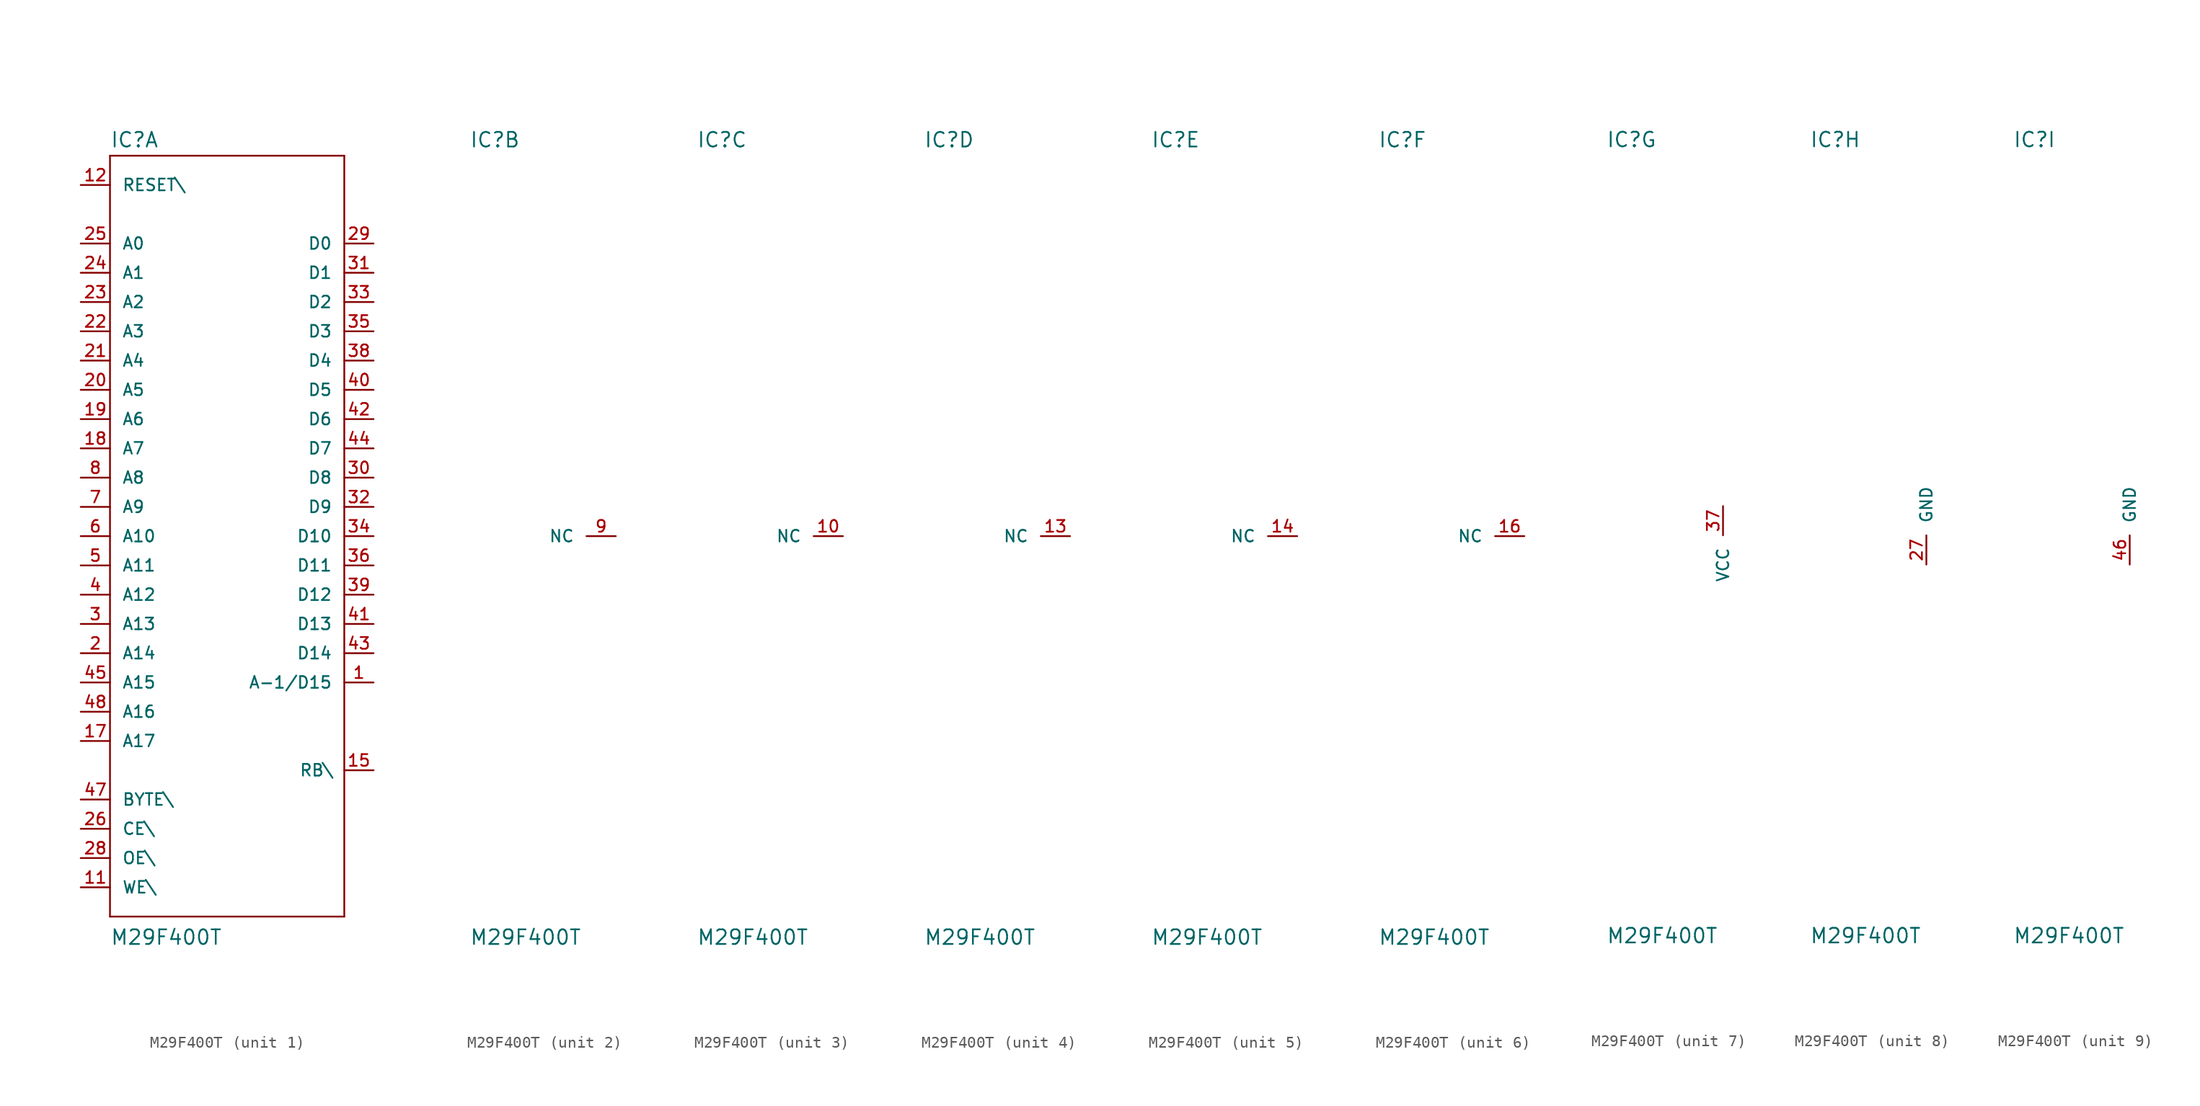
<source format=kicad_sym>
(kicad_symbol_lib
  (version 20211014)
  (generator kicad_symbol_editor)
  (symbol "M29F400T"
    (pin_names
      (offset 1.016))
    (property "Reference" "IC"
      (at -10.16 33.655 0)
      (effects (font (size 1.27 1.27)) (justify left bottom)))
    (property "Value" "M29F400T"
      (at -10.16 -35.56 0)
      (effects (font (size 1.27 1.27)) (justify left bottom)))
    (property "ki_locked" ""
      (at 0 0 0)
      (effects (font (size 1.27 1.27))))
    (symbol "M29F400T_1_0"
      (polyline (pts (xy -10.16 -33.02) (xy 10.16 -33.02)) (stroke (width 0) (type default) (color 0 0 0 0)) (fill (type none)))
      (polyline (pts (xy -10.16 33.02) (xy -10.16 -33.02)) (stroke (width 0) (type default) (color 0 0 0 0)) (fill (type none)))
      (polyline (pts (xy 10.16 -33.02) (xy 10.16 33.02)) (stroke (width 0) (type default) (color 0 0 0 0)) (fill (type none)))
      (polyline (pts (xy 10.16 33.02) (xy -10.16 33.02)) (stroke (width 0) (type default) (color 0 0 0 0)) (fill (type none))))
    (symbol "M29F400T_1_1"
      (pin tri_state line (at 12.7 -12.7 180) (length 2.54) (name "A-1/D15" (effects (font (size 1.016 1.016)))) (number "1" (effects (font (size 1.016 1.016)))))
      (pin input line (at -12.7 -30.48 0) (length 2.54) (name "WE\\" (effects (font (size 1.016 1.016)))) (number "11" (effects (font (size 1.016 1.016)))))
      (pin input line (at -12.7 30.48 0) (length 2.54) (name "RESET\\" (effects (font (size 1.016 1.016)))) (number "12" (effects (font (size 1.016 1.016)))))
      (pin output line (at 12.7 -20.32 180) (length 2.54) (name "RB\\" (effects (font (size 1.016 1.016)))) (number "15" (effects (font (size 1.016 1.016)))))
      (pin input line (at -12.7 -17.78 0) (length 2.54) (name "A17" (effects (font (size 1.016 1.016)))) (number "17" (effects (font (size 1.016 1.016)))))
      (pin input line (at -12.7 7.62 0) (length 2.54) (name "A7" (effects (font (size 1.016 1.016)))) (number "18" (effects (font (size 1.016 1.016)))))
      (pin input line (at -12.7 10.16 0) (length 2.54) (name "A6" (effects (font (size 1.016 1.016)))) (number "19" (effects (font (size 1.016 1.016)))))
      (pin input line (at -12.7 -10.16 0) (length 2.54) (name "A14" (effects (font (size 1.016 1.016)))) (number "2" (effects (font (size 1.016 1.016)))))
      (pin input line (at -12.7 12.7 0) (length 2.54) (name "A5" (effects (font (size 1.016 1.016)))) (number "20" (effects (font (size 1.016 1.016)))))
      (pin input line (at -12.7 15.24 0) (length 2.54) (name "A4" (effects (font (size 1.016 1.016)))) (number "21" (effects (font (size 1.016 1.016)))))
      (pin input line (at -12.7 17.78 0) (length 2.54) (name "A3" (effects (font (size 1.016 1.016)))) (number "22" (effects (font (size 1.016 1.016)))))
      (pin input line (at -12.7 20.32 0) (length 2.54) (name "A2" (effects (font (size 1.016 1.016)))) (number "23" (effects (font (size 1.016 1.016)))))
      (pin input line (at -12.7 22.86 0) (length 2.54) (name "A1" (effects (font (size 1.016 1.016)))) (number "24" (effects (font (size 1.016 1.016)))))
      (pin input line (at -12.7 25.4 0) (length 2.54) (name "A0" (effects (font (size 1.016 1.016)))) (number "25" (effects (font (size 1.016 1.016)))))
      (pin input line (at -12.7 -25.4 0) (length 2.54) (name "CE\\" (effects (font (size 1.016 1.016)))) (number "26" (effects (font (size 1.016 1.016)))))
      (pin input line (at -12.7 -27.94 0) (length 2.54) (name "OE\\" (effects (font (size 1.016 1.016)))) (number "28" (effects (font (size 1.016 1.016)))))
      (pin tri_state line (at 12.7 25.4 180) (length 2.54) (name "D0" (effects (font (size 1.016 1.016)))) (number "29" (effects (font (size 1.016 1.016)))))
      (pin input line (at -12.7 -7.62 0) (length 2.54) (name "A13" (effects (font (size 1.016 1.016)))) (number "3" (effects (font (size 1.016 1.016)))))
      (pin tri_state line (at 12.7 5.08 180) (length 2.54) (name "D8" (effects (font (size 1.016 1.016)))) (number "30" (effects (font (size 1.016 1.016)))))
      (pin tri_state line (at 12.7 22.86 180) (length 2.54) (name "D1" (effects (font (size 1.016 1.016)))) (number "31" (effects (font (size 1.016 1.016)))))
      (pin tri_state line (at 12.7 2.54 180) (length 2.54) (name "D9" (effects (font (size 1.016 1.016)))) (number "32" (effects (font (size 1.016 1.016)))))
      (pin tri_state line (at 12.7 20.32 180) (length 2.54) (name "D2" (effects (font (size 1.016 1.016)))) (number "33" (effects (font (size 1.016 1.016)))))
      (pin tri_state line (at 12.7 0 180) (length 2.54) (name "D10" (effects (font (size 1.016 1.016)))) (number "34" (effects (font (size 1.016 1.016)))))
      (pin tri_state line (at 12.7 17.78 180) (length 2.54) (name "D3" (effects (font (size 1.016 1.016)))) (number "35" (effects (font (size 1.016 1.016)))))
      (pin tri_state line (at 12.7 -2.54 180) (length 2.54) (name "D11" (effects (font (size 1.016 1.016)))) (number "36" (effects (font (size 1.016 1.016)))))
      (pin tri_state line (at 12.7 15.24 180) (length 2.54) (name "D4" (effects (font (size 1.016 1.016)))) (number "38" (effects (font (size 1.016 1.016)))))
      (pin tri_state line (at 12.7 -5.08 180) (length 2.54) (name "D12" (effects (font (size 1.016 1.016)))) (number "39" (effects (font (size 1.016 1.016)))))
      (pin input line (at -12.7 -5.08 0) (length 2.54) (name "A12" (effects (font (size 1.016 1.016)))) (number "4" (effects (font (size 1.016 1.016)))))
      (pin tri_state line (at 12.7 12.7 180) (length 2.54) (name "D5" (effects (font (size 1.016 1.016)))) (number "40" (effects (font (size 1.016 1.016)))))
      (pin tri_state line (at 12.7 -7.62 180) (length 2.54) (name "D13" (effects (font (size 1.016 1.016)))) (number "41" (effects (font (size 1.016 1.016)))))
      (pin tri_state line (at 12.7 10.16 180) (length 2.54) (name "D6" (effects (font (size 1.016 1.016)))) (number "42" (effects (font (size 1.016 1.016)))))
      (pin tri_state line (at 12.7 -10.16 180) (length 2.54) (name "D14" (effects (font (size 1.016 1.016)))) (number "43" (effects (font (size 1.016 1.016)))))
      (pin tri_state line (at 12.7 7.62 180) (length 2.54) (name "D7" (effects (font (size 1.016 1.016)))) (number "44" (effects (font (size 1.016 1.016)))))
      (pin input line (at -12.7 -12.7 0) (length 2.54) (name "A15" (effects (font (size 1.016 1.016)))) (number "45" (effects (font (size 1.016 1.016)))))
      (pin input line (at -12.7 -22.86 0) (length 2.54) (name "BYTE\\" (effects (font (size 1.016 1.016)))) (number "47" (effects (font (size 1.016 1.016)))))
      (pin input line (at -12.7 -15.24 0) (length 2.54) (name "A16" (effects (font (size 1.016 1.016)))) (number "48" (effects (font (size 1.016 1.016)))))
      (pin input line (at -12.7 -2.54 0) (length 2.54) (name "A11" (effects (font (size 1.016 1.016)))) (number "5" (effects (font (size 1.016 1.016)))))
      (pin input line (at -12.7 0 0) (length 2.54) (name "A10" (effects (font (size 1.016 1.016)))) (number "6" (effects (font (size 1.016 1.016)))))
      (pin input line (at -12.7 2.54 0) (length 2.54) (name "A9" (effects (font (size 1.016 1.016)))) (number "7" (effects (font (size 1.016 1.016)))))
      (pin input line (at -12.7 5.08 0) (length 2.54) (name "A8" (effects (font (size 1.016 1.016)))) (number "8" (effects (font (size 1.016 1.016))))))
    (symbol "M29F400T_2_1"
      (pin unspecified line (at 2.54 0 180) (length 2.54) (name "NC" (effects (font (size 1.016 1.016)))) (number "9" (effects (font (size 1.016 1.016))))))
    (symbol "M29F400T_3_1"
      (pin unspecified line (at 2.54 0 180) (length 2.54) (name "NC" (effects (font (size 1.016 1.016)))) (number "10" (effects (font (size 1.016 1.016))))))
    (symbol "M29F400T_4_1"
      (pin unspecified line (at 2.54 0 180) (length 2.54) (name "NC" (effects (font (size 1.016 1.016)))) (number "13" (effects (font (size 1.016 1.016))))))
    (symbol "M29F400T_5_1"
      (pin unspecified line (at 2.54 0 180) (length 2.54) (name "NC" (effects (font (size 1.016 1.016)))) (number "14" (effects (font (size 1.016 1.016))))))
    (symbol "M29F400T_6_1"
      (pin unspecified line (at 2.54 0 180) (length 2.54) (name "NC" (effects (font (size 1.016 1.016)))) (number "16" (effects (font (size 1.016 1.016))))))
    (symbol "M29F400T_7_1"
      (pin power_in line (at 0 2.54 270) (length 2.54) (name "VCC" (effects (font (size 1.016 1.016)))) (number "37" (effects (font (size 1.016 1.016))))))
    (symbol "M29F400T_8_1"
      (pin power_in line (at 0 -2.54 90) (length 2.54) (name "GND" (effects (font (size 1.016 1.016)))) (number "27" (effects (font (size 1.016 1.016))))))
    (symbol "M29F400T_9_1"
      (pin power_in line (at 0 -2.54 90) (length 2.54) (name "GND" (effects (font (size 1.016 1.016)))) (number "46" (effects (font (size 1.016 1.016))))))))
</source>
